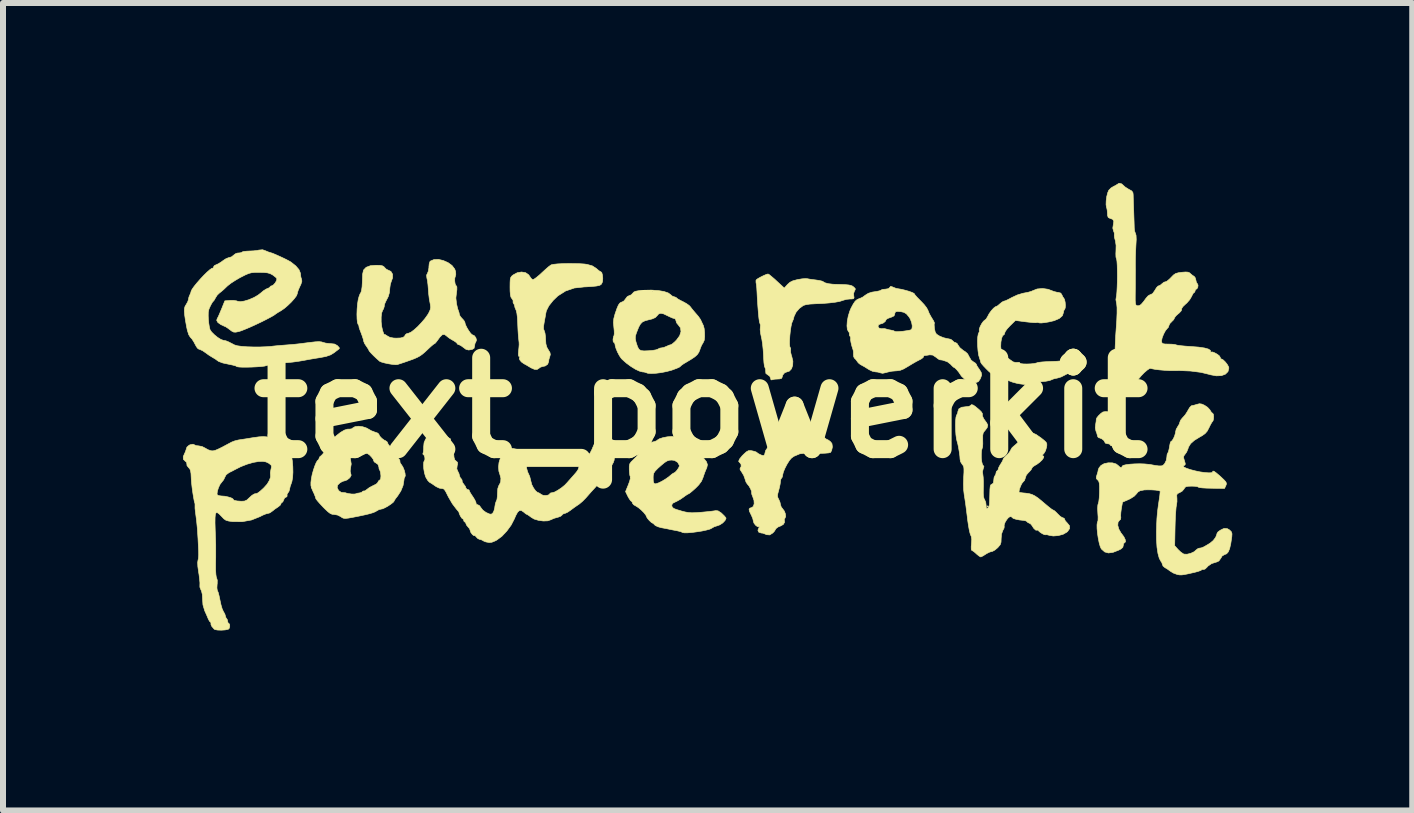
<source format=kicad_pcb>
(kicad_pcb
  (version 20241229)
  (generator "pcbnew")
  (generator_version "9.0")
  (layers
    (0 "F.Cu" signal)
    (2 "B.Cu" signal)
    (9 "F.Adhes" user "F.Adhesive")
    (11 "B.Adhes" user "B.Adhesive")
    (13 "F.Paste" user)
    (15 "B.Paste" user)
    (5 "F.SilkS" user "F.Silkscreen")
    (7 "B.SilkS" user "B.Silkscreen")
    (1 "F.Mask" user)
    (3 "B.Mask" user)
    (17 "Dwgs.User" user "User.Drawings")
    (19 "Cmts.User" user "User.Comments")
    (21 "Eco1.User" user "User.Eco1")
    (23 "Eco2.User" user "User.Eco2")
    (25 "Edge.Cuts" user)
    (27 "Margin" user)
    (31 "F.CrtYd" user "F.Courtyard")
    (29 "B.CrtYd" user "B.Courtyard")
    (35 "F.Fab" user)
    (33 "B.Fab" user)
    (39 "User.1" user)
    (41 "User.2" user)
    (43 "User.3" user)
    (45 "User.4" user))
  (footprint "text_powerkit"
    (layer "F.Cu")
    (at 8.636 3.748)
    (property "Reference" "text_powerkit" (at 0 0 0) (layer "F.SilkS") (effects (font (size 1.524 1.524) (thickness 0.3))))
    (attr through_hole)
    (fp_poly (pts (xy 4.79 1.642) (xy 4.781 1.651) (xy 4.772 1.642) (xy 4.781 1.633) (xy 4.79 1.642)) (stroke (width 0.01) (type solid)) (fill yes) (layer "F.SilkS"))
    (fp_poly (pts (xy 6.81 0.068) (xy 6.848 0.074) (xy 6.965 0.094) (xy 6.977 0.172) (xy 6.992 0.23) (xy 7.015 0.257) (xy 7.023 0.26) (xy 7.051 0.283) (xy 7.056 0.311) (xy 7.06 0.363) (xy 7.066 0.39) (xy 7.064 0.421) (xy 7.039 0.463) (xy 6.989 0.519) (xy 6.911 0.592) (xy 6.899 0.603) (xy 6.861 0.629) (xy 6.832 0.633) (xy 6.822 0.617) (xy 6.806 0.603) (xy 6.776 0.599) (xy 6.74 0.589) (xy 6.731 0.572) (xy 6.716 0.545) (xy 6.682 0.518) (xy 6.642 0.501) (xy 6.631 0.5) (xy 6.614 0.484) (xy 6.608 0.463) (xy 6.595 0.416) (xy 6.583 0.387) (xy 6.572 0.334) (xy 6.578 0.278) (xy 6.586 0.23) (xy 6.589 0.196) (xy 6.588 0.193) (xy 6.597 0.169) (xy 6.625 0.133) (xy 6.662 0.097) (xy 6.699 0.07) (xy 6.699 0.07) (xy 6.74 0.063) (xy 6.81 0.068)) (stroke (width 0.01) (type solid)) (fill yes) (layer "F.SilkS"))
    (fp_poly (pts (xy -2.111 -2.404) (xy -2.02 -2.402) (xy -1.944 -2.397) (xy -1.901 -2.391) (xy -1.812 -2.366) (xy -1.747 -2.324) (xy -1.742 -2.32) (xy -1.704 -2.287) (xy -1.675 -2.269) (xy -1.67 -2.268) (xy -1.654 -2.252) (xy -1.643 -2.212) (xy -1.638 -2.161) (xy -1.641 -2.111) (xy -1.646 -2.092) (xy -1.662 -2.06) (xy -1.688 -2.042) (xy -1.738 -2.031) (xy -1.752 -2.029) (xy -1.824 -2.022) (xy -1.907 -2.017) (xy -1.95 -2.015) (xy -2.113 -1.997) (xy -2.258 -1.947) (xy -2.386 -1.866) (xy -2.465 -1.79) (xy -2.537 -1.699) (xy -2.578 -1.618) (xy -2.587 -1.578) (xy -2.594 -1.536) (xy -2.605 -1.474) (xy -2.614 -1.426) (xy -2.625 -1.358) (xy -2.625 -1.313) (xy -2.613 -1.283) (xy -2.613 -1.282) (xy -2.601 -1.245) (xy -2.593 -1.186) (xy -2.591 -1.14) (xy -2.586 -1.065) (xy -2.57 -1.009) (xy -2.546 -0.967) (xy -2.518 -0.921) (xy -2.512 -0.887) (xy -2.52 -0.858) (xy -2.536 -0.806) (xy -2.54 -0.771) (xy -2.556 -0.727) (xy -2.598 -0.697) (xy -2.64 -0.689) (xy -2.677 -0.677) (xy -2.697 -0.662) (xy -2.733 -0.639) (xy -2.777 -0.641) (xy -2.836 -0.667) (xy -2.857 -0.68) (xy -2.907 -0.71) (xy -2.947 -0.732) (xy -2.957 -0.738) (xy -2.995 -0.765) (xy -3.021 -0.798) (xy -3.03 -0.827) (xy -3.024 -0.839) (xy -3.014 -0.85) (xy -3.027 -0.852) (xy -3.041 -0.862) (xy -3.045 -0.894) (xy -3.041 -0.948) (xy -3.035 -1.01) (xy -3.032 -1.052) (xy -3.033 -1.088) (xy -3.038 -1.134) (xy -3.041 -1.161) (xy -3.046 -1.217) (xy -3.051 -1.295) (xy -3.055 -1.382) (xy -3.056 -1.416) (xy -3.061 -1.505) (xy -3.07 -1.578) (xy -3.082 -1.626) (xy -3.086 -1.634) (xy -3.102 -1.672) (xy -3.106 -1.694) (xy -3.112 -1.719) (xy -3.123 -1.735) (xy -3.135 -1.762) (xy -3.132 -1.772) (xy -3.134 -1.793) (xy -3.152 -1.819) (xy -3.169 -1.845) (xy -3.178 -1.885) (xy -3.183 -1.946) (xy -3.184 -2.014) (xy -3.183 -2.091) (xy -3.18 -2.141) (xy -3.172 -2.172) (xy -3.156 -2.195) (xy -3.13 -2.216) (xy -3.063 -2.252) (xy -2.992 -2.264) (xy -2.925 -2.253) (xy -2.874 -2.218) (xy -2.858 -2.195) (xy -2.832 -2.157) (xy -2.807 -2.136) (xy -2.784 -2.144) (xy -2.743 -2.173) (xy -2.689 -2.218) (xy -2.657 -2.248) (xy -2.598 -2.302) (xy -2.546 -2.348) (xy -2.507 -2.377) (xy -2.495 -2.384) (xy -2.456 -2.392) (xy -2.39 -2.399) (xy -2.305 -2.403) (xy -2.209 -2.405) (xy -2.111 -2.404)) (stroke (width 0.01) (type solid)) (fill yes) (layer "F.SilkS"))
    (fp_poly (pts (xy 1.137 -2.22) (xy 1.176 -2.188) (xy 1.229 -2.143) (xy 1.261 -2.113) (xy 1.388 -1.996) (xy 1.442 -2.056) (xy 1.482 -2.092) (xy 1.529 -2.116) (xy 1.595 -2.134) (xy 1.618 -2.139) (xy 1.684 -2.15) (xy 1.74 -2.154) (xy 1.772 -2.152) (xy 1.808 -2.145) (xy 1.865 -2.137) (xy 1.914 -2.131) (xy 1.973 -2.122) (xy 2.016 -2.112) (xy 2.032 -2.105) (xy 2.063 -2.085) (xy 2.122 -2.069) (xy 2.198 -2.06) (xy 2.223 -2.059) (xy 2.329 -2.056) (xy 2.406 -2.053) (xy 2.459 -2.048) (xy 2.494 -2.041) (xy 2.519 -2.032) (xy 2.539 -2.018) (xy 2.542 -2.016) (xy 2.57 -1.989) (xy 2.57 -1.967) (xy 2.56 -1.952) (xy 2.544 -1.908) (xy 2.546 -1.869) (xy 2.551 -1.834) (xy 2.541 -1.818) (xy 2.507 -1.814) (xy 2.484 -1.814) (xy 2.423 -1.808) (xy 2.368 -1.792) (xy 2.362 -1.79) (xy 2.313 -1.774) (xy 2.236 -1.76) (xy 2.136 -1.748) (xy 2.021 -1.739) (xy 1.898 -1.734) (xy 1.887 -1.733) (xy 1.813 -1.729) (xy 1.748 -1.719) (xy 1.706 -1.706) (xy 1.705 -1.706) (xy 1.639 -1.657) (xy 1.585 -1.594) (xy 1.553 -1.528) (xy 1.55 -1.519) (xy 1.538 -1.473) (xy 1.525 -1.443) (xy 1.524 -1.442) (xy 1.512 -1.41) (xy 1.5 -1.354) (xy 1.489 -1.282) (xy 1.481 -1.205) (xy 1.476 -1.129) (xy 1.475 -1.066) (xy 1.479 -1.022) (xy 1.485 -1.009) (xy 1.495 -0.985) (xy 1.493 -0.962) (xy 1.494 -0.923) (xy 1.507 -0.87) (xy 1.514 -0.85) (xy 1.531 -0.778) (xy 1.528 -0.708) (xy 1.508 -0.65) (xy 1.472 -0.611) (xy 1.433 -0.599) (xy 1.393 -0.583) (xy 1.362 -0.546) (xy 1.352 -0.51) (xy 1.342 -0.49) (xy 1.306 -0.481) (xy 1.279 -0.48) (xy 1.227 -0.477) (xy 1.189 -0.468) (xy 1.184 -0.466) (xy 1.166 -0.466) (xy 1.161 -0.489) (xy 1.145 -0.527) (xy 1.115 -0.548) (xy 1.081 -0.573) (xy 1.078 -0.606) (xy 1.076 -0.647) (xy 1.067 -0.667) (xy 1.057 -0.695) (xy 1.049 -0.75) (xy 1.044 -0.824) (xy 1.042 -0.872) (xy 1.036 -0.966) (xy 1.026 -1.064) (xy 1.013 -1.147) (xy 1.007 -1.172) (xy 0.993 -1.241) (xy 0.986 -1.301) (xy 0.988 -1.337) (xy 0.991 -1.38) (xy 0.983 -1.403) (xy 0.974 -1.431) (xy 0.965 -1.492) (xy 0.956 -1.582) (xy 0.947 -1.697) (xy 0.938 -1.835) (xy 0.933 -1.933) (xy 0.929 -2.001) (xy 0.923 -2.056) (xy 0.917 -2.087) (xy 0.917 -2.087) (xy 0.916 -2.122) (xy 0.921 -2.133) (xy 0.945 -2.152) (xy 0.989 -2.177) (xy 1.041 -2.203) (xy 1.088 -2.223) (xy 1.117 -2.231) (xy 1.137 -2.22)) (stroke (width 0.01) (type solid)) (fill yes) (layer "F.SilkS"))
    (fp_poly (pts (xy -0.715 -1.955) (xy -0.619 -1.939) (xy -0.548 -1.915) (xy -0.515 -1.892) (xy -0.479 -1.862) (xy -0.448 -1.851) (xy -0.416 -1.84) (xy -0.408 -1.831) (xy -0.386 -1.814) (xy -0.341 -1.789) (xy -0.3 -1.769) (xy -0.242 -1.737) (xy -0.195 -1.703) (xy -0.177 -1.683) (xy -0.148 -1.645) (xy -0.107 -1.596) (xy -0.087 -1.573) (xy -0.045 -1.524) (xy -0.012 -1.477) (xy -0.003 -1.46) (xy 0.022 -1.406) (xy 0.039 -1.371) (xy 0.052 -1.323) (xy 0.059 -1.256) (xy 0.06 -1.185) (xy 0.054 -1.128) (xy 0.052 -1.122) (xy 0.033 -1.081) (xy 0.024 -1.068) (xy 0.006 -1.035) (xy -0.014 -0.985) (xy -0.018 -0.971) (xy -0.037 -0.924) (xy -0.064 -0.885) (xy -0.106 -0.848) (xy -0.169 -0.806) (xy -0.231 -0.769) (xy -0.287 -0.736) (xy -0.327 -0.708) (xy -0.345 -0.691) (xy -0.345 -0.69) (xy -0.361 -0.678) (xy -0.403 -0.659) (xy -0.465 -0.636) (xy -0.489 -0.627) (xy -0.572 -0.605) (xy -0.662 -0.587) (xy -0.75 -0.576) (xy -0.829 -0.572) (xy -0.888 -0.576) (xy -0.913 -0.585) (xy -0.948 -0.596) (xy -0.975 -0.598) (xy -1.025 -0.611) (xy -1.092 -0.642) (xy -1.168 -0.689) (xy -1.243 -0.744) (xy -1.309 -0.802) (xy -1.33 -0.824) (xy -1.36 -0.868) (xy -1.392 -0.928) (xy -1.418 -0.991) (xy -1.432 -1.042) (xy -1.433 -1.055) (xy -1.442 -1.083) (xy -1.453 -1.089) (xy -1.464 -1.104) (xy -1.467 -1.139) (xy -1.464 -1.155) (xy -1.096 -1.155) (xy -1.086 -1.105) (xy -1.079 -1.081) (xy -1.057 -1.015) (xy -1.034 -0.974) (xy -1.002 -0.954) (xy -0.95 -0.948) (xy -0.876 -0.951) (xy -0.807 -0.957) (xy -0.752 -0.966) (xy -0.722 -0.977) (xy -0.72 -0.978) (xy -0.686 -0.995) (xy -0.663 -0.998) (xy -0.62 -1.006) (xy -0.574 -1.025) (xy -0.532 -1.044) (xy -0.502 -1.052) (xy -0.501 -1.052) (xy -0.479 -1.065) (xy -0.441 -1.097) (xy -0.409 -1.129) (xy -0.356 -1.201) (xy -0.334 -1.27) (xy -0.342 -1.333) (xy -0.377 -1.379) (xy -0.407 -1.416) (xy -0.417 -1.45) (xy -0.428 -1.48) (xy -0.444 -1.488) (xy -0.474 -1.496) (xy -0.522 -1.517) (xy -0.555 -1.533) (xy -0.624 -1.566) (xy -0.672 -1.576) (xy -0.707 -1.564) (xy -0.732 -1.535) (xy -0.763 -1.504) (xy -0.816 -1.481) (xy -0.873 -1.467) (xy -0.933 -1.451) (xy -0.976 -1.431) (xy -1.009 -1.398) (xy -1.038 -1.347) (xy -1.069 -1.269) (xy -1.076 -1.252) (xy -1.093 -1.198) (xy -1.096 -1.155) (xy -1.464 -1.155) (xy -1.461 -1.179) (xy -1.45 -1.206) (xy -1.446 -1.233) (xy -1.447 -1.283) (xy -1.453 -1.343) (xy -1.46 -1.422) (xy -1.454 -1.487) (xy -1.435 -1.559) (xy -1.432 -1.569) (xy -1.402 -1.655) (xy -1.378 -1.711) (xy -1.355 -1.744) (xy -1.331 -1.76) (xy -1.317 -1.763) (xy -1.283 -1.783) (xy -1.256 -1.819) (xy -1.229 -1.854) (xy -1.199 -1.869) (xy -1.164 -1.883) (xy -1.139 -1.909) (xy -1.121 -1.929) (xy -1.093 -1.942) (xy -1.052 -1.95) (xy -0.816 -1.95) (xy -0.807 -1.941) (xy -0.798 -1.95) (xy -0.807 -1.959) (xy -0.816 -1.95) (xy -1.052 -1.95) (xy -1.048 -1.951) (xy -0.976 -1.957) (xy -0.96 -1.959) (xy -0.831 -1.962) (xy -0.715 -1.955)) (stroke (width 0.01) (type solid)) (fill yes) (layer "F.SilkS"))
    (fp_poly (pts (xy 1.729 0.348) (xy 1.798 0.355) (xy 1.856 0.365) (xy 1.894 0.374) (xy 1.905 0.381) (xy 1.92 0.399) (xy 1.937 0.407) (xy 1.969 0.425) (xy 2.013 0.459) (xy 2.026 0.472) (xy 2.065 0.505) (xy 2.093 0.525) (xy 2.099 0.527) (xy 2.122 0.538) (xy 2.154 0.561) (xy 2.182 0.595) (xy 2.189 0.642) (xy 2.188 0.663) (xy 2.177 0.711) (xy 2.16 0.743) (xy 2.156 0.745) (xy 2.125 0.752) (xy 2.066 0.757) (xy 1.987 0.76) (xy 1.896 0.76) (xy 1.801 0.758) (xy 1.752 0.756) (xy 1.646 0.767) (xy 1.547 0.809) (xy 1.506 0.839) (xy 1.473 0.878) (xy 1.435 0.938) (xy 1.4 1.005) (xy 1.373 1.069) (xy 1.361 1.118) (xy 1.361 1.123) (xy 1.353 1.158) (xy 1.343 1.17) (xy 1.329 1.195) (xy 1.324 1.227) (xy 1.319 1.271) (xy 1.306 1.332) (xy 1.295 1.375) (xy 1.279 1.434) (xy 1.275 1.471) (xy 1.282 1.501) (xy 1.295 1.525) (xy 1.316 1.573) (xy 1.324 1.612) (xy 1.337 1.653) (xy 1.36 1.683) (xy 1.389 1.722) (xy 1.407 1.77) (xy 1.411 1.814) (xy 1.399 1.84) (xy 1.399 1.841) (xy 1.386 1.862) (xy 1.389 1.87) (xy 1.393 1.907) (xy 1.372 1.944) (xy 1.332 1.967) (xy 1.331 1.968) (xy 1.286 1.986) (xy 1.249 2.014) (xy 1.234 2.04) (xy 1.234 2.04) (xy 1.222 2.059) (xy 1.197 2.086) (xy 1.145 2.119) (xy 1.091 2.115) (xy 1.07 2.105) (xy 1.03 2.09) (xy 1.002 2.087) (xy 0.962 2.073) (xy 0.948 2.041) (xy 0.964 2.001) (xy 0.976 1.982) (xy 0.967 1.984) (xy 0.941 1.981) (xy 0.909 1.957) (xy 0.882 1.921) (xy 0.871 1.884) (xy 0.871 1.883) (xy 0.863 1.847) (xy 0.842 1.797) (xy 0.835 1.783) (xy 0.807 1.725) (xy 0.801 1.689) (xy 0.817 1.671) (xy 0.839 1.666) (xy 0.871 1.645) (xy 0.886 1.601) (xy 0.883 1.544) (xy 0.863 1.485) (xy 0.847 1.444) (xy 0.843 1.417) (xy 0.844 1.415) (xy 0.842 1.39) (xy 0.825 1.349) (xy 0.8 1.305) (xy 0.773 1.272) (xy 0.771 1.27) (xy 0.75 1.238) (xy 0.734 1.189) (xy 0.733 1.185) (xy 0.712 1.127) (xy 0.679 1.072) (xy 0.678 1.07) (xy 0.652 1.032) (xy 0.651 1.009) (xy 0.653 1.007) (xy 0.669 0.979) (xy 0.667 0.942) (xy 0.648 0.916) (xy 0.645 0.914) (xy 0.627 0.893) (xy 0.641 0.856) (xy 0.685 0.801) (xy 0.712 0.774) (xy 0.756 0.734) (xy 0.79 0.715) (xy 0.824 0.713) (xy 0.85 0.717) (xy 0.896 0.728) (xy 0.923 0.739) (xy 0.925 0.741) (xy 0.955 0.764) (xy 0.999 0.786) (xy 1.037 0.798) (xy 1.041 0.798) (xy 1.06 0.783) (xy 1.066 0.753) (xy 1.079 0.709) (xy 1.114 0.659) (xy 1.123 0.65) (xy 1.157 0.609) (xy 1.177 0.576) (xy 1.179 0.567) (xy 1.194 0.541) (xy 1.211 0.531) (xy 1.243 0.509) (xy 1.281 0.473) (xy 1.285 0.468) (xy 1.321 0.434) (xy 1.355 0.418) (xy 1.359 0.417) (xy 1.398 0.405) (xy 1.411 0.396) (xy 1.44 0.382) (xy 1.493 0.367) (xy 1.558 0.354) (xy 1.621 0.345) (xy 1.66 0.344) (xy 1.729 0.348)) (stroke (width 0.01) (type solid)) (fill yes) (layer "F.SilkS"))
    (fp_poly (pts (xy 5.785 -1.976) (xy 5.824 -1.961) (xy 5.883 -1.939) (xy 5.937 -1.925) (xy 5.954 -1.924) (xy 5.997 -1.912) (xy 6.016 -1.882) (xy 6.033 -1.846) (xy 6.046 -1.83) (xy 6.06 -1.805) (xy 6.07 -1.759) (xy 6.074 -1.707) (xy 6.071 -1.664) (xy 6.062 -1.643) (xy 6.046 -1.617) (xy 6.042 -1.59) (xy 6.024 -1.535) (xy 5.972 -1.489) (xy 5.885 -1.452) (xy 5.8 -1.432) (xy 5.729 -1.42) (xy 5.671 -1.414) (xy 5.636 -1.416) (xy 5.632 -1.418) (xy 5.607 -1.425) (xy 5.601 -1.422) (xy 5.579 -1.419) (xy 5.53 -1.421) (xy 5.461 -1.428) (xy 5.415 -1.433) (xy 5.241 -1.456) (xy 5.151 -1.368) (xy 5.106 -1.32) (xy 5.074 -1.276) (xy 5.062 -1.248) (xy 5.054 -1.221) (xy 5.045 -1.216) (xy 5.026 -1.199) (xy 5.01 -1.156) (xy 4.999 -1.095) (xy 4.996 -1.026) (xy 4.998 -1.001) (xy 5.011 -0.919) (xy 5.035 -0.869) (xy 5.069 -0.853) (xy 5.095 -0.842) (xy 5.135 -0.814) (xy 5.153 -0.8) (xy 5.204 -0.765) (xy 5.248 -0.755) (xy 5.266 -0.757) (xy 5.305 -0.758) (xy 5.316 -0.745) (xy 5.332 -0.736) (xy 5.374 -0.731) (xy 5.432 -0.73) (xy 5.494 -0.732) (xy 5.552 -0.738) (xy 5.593 -0.747) (xy 5.604 -0.752) (xy 5.631 -0.758) (xy 5.685 -0.764) (xy 5.76 -0.769) (xy 5.835 -0.772) (xy 5.935 -0.776) (xy 6.008 -0.783) (xy 6.063 -0.794) (xy 6.11 -0.81) (xy 6.127 -0.818) (xy 6.194 -0.842) (xy 6.249 -0.845) (xy 6.287 -0.829) (xy 6.301 -0.795) (xy 6.3 -0.788) (xy 6.289 -0.703) (xy 6.277 -0.648) (xy 6.259 -0.614) (xy 6.232 -0.597) (xy 6.19 -0.588) (xy 6.172 -0.586) (xy 6.111 -0.57) (xy 6.057 -0.542) (xy 6.002 -0.514) (xy 5.941 -0.496) (xy 5.937 -0.495) (xy 5.888 -0.485) (xy 5.854 -0.473) (xy 5.851 -0.471) (xy 5.812 -0.455) (xy 5.744 -0.442) (xy 5.656 -0.433) (xy 5.642 -0.432) (xy 5.587 -0.424) (xy 5.546 -0.41) (xy 5.537 -0.404) (xy 5.494 -0.387) (xy 5.42 -0.385) (xy 5.315 -0.399) (xy 5.262 -0.409) (xy 5.192 -0.428) (xy 5.13 -0.452) (xy 5.095 -0.471) (xy 5.051 -0.497) (xy 5.014 -0.508) (xy 5.013 -0.508) (xy 4.974 -0.516) (xy 4.928 -0.535) (xy 4.887 -0.554) (xy 4.858 -0.562) (xy 4.858 -0.562) (xy 4.836 -0.575) (xy 4.799 -0.606) (xy 4.755 -0.649) (xy 4.712 -0.694) (xy 4.678 -0.733) (xy 4.663 -0.758) (xy 4.663 -0.76) (xy 4.656 -0.788) (xy 4.642 -0.829) (xy 4.627 -0.881) (xy 4.617 -0.953) (xy 4.611 -1.034) (xy 4.609 -1.114) (xy 4.613 -1.183) (xy 4.622 -1.232) (xy 4.629 -1.246) (xy 4.64 -1.274) (xy 4.638 -1.285) (xy 4.638 -1.312) (xy 4.654 -1.356) (xy 4.679 -1.403) (xy 4.707 -1.442) (xy 4.726 -1.458) (xy 4.754 -1.482) (xy 4.777 -1.52) (xy 4.803 -1.569) (xy 4.839 -1.619) (xy 4.877 -1.661) (xy 4.908 -1.685) (xy 4.916 -1.687) (xy 4.942 -1.699) (xy 4.977 -1.728) (xy 4.982 -1.733) (xy 5.019 -1.763) (xy 5.049 -1.778) (xy 5.052 -1.778) (xy 5.079 -1.786) (xy 5.127 -1.809) (xy 5.185 -1.84) (xy 5.273 -1.881) (xy 5.361 -1.908) (xy 5.391 -1.914) (xy 5.454 -1.926) (xy 5.508 -1.942) (xy 5.527 -1.951) (xy 5.603 -1.981) (xy 5.694 -1.989) (xy 5.785 -1.976)) (stroke (width 0.01) (type solid)) (fill yes) (layer "F.SilkS"))
    (fp_poly (pts (xy -0.432 0.481) (xy -0.387 0.495) (xy -0.326 0.52) (xy -0.261 0.552) (xy -0.2 0.585) (xy -0.153 0.615) (xy -0.13 0.637) (xy -0.13 0.638) (xy -0.109 0.652) (xy -0.102 0.653) (xy -0.081 0.668) (xy -0.054 0.704) (xy -0.047 0.716) (xy -0.013 0.768) (xy 0.031 0.826) (xy 0.048 0.845) (xy 0.091 0.9) (xy 0.107 0.948) (xy 0.096 0.999) (xy 0.083 1.028) (xy 0.062 1.079) (xy 0.04 1.142) (xy 0.034 1.161) (xy 0.008 1.223) (xy -0.038 1.285) (xy -0.09 1.338) (xy -0.14 1.383) (xy -0.181 1.417) (xy -0.204 1.433) (xy -0.206 1.433) (xy -0.228 1.444) (xy -0.267 1.47) (xy -0.288 1.486) (xy -0.346 1.526) (xy -0.409 1.561) (xy -0.423 1.567) (xy -0.469 1.59) (xy -0.486 1.615) (xy -0.487 1.636) (xy -0.478 1.658) (xy -0.456 1.677) (xy -0.412 1.695) (xy -0.34 1.716) (xy -0.336 1.718) (xy -0.267 1.736) (xy -0.21 1.746) (xy -0.153 1.75) (xy -0.085 1.748) (xy 0.008 1.741) (xy 0.009 1.741) (xy 0.094 1.733) (xy 0.168 1.725) (xy 0.222 1.718) (xy 0.245 1.714) (xy 0.284 1.718) (xy 0.335 1.751) (xy 0.349 1.764) (xy 0.388 1.802) (xy 0.413 1.832) (xy 0.417 1.842) (xy 0.4 1.879) (xy 0.362 1.919) (xy 0.313 1.951) (xy 0.273 1.966) (xy 0.221 1.982) (xy 0.181 2.005) (xy 0.18 2.006) (xy 0.148 2.022) (xy 0.09 2.038) (xy 0.016 2.054) (xy -0.067 2.067) (xy -0.15 2.078) (xy -0.224 2.084) (xy -0.28 2.084) (xy -0.311 2.078) (xy -0.313 2.076) (xy -0.337 2.065) (xy -0.385 2.053) (xy -0.413 2.047) (xy -0.472 2.036) (xy -0.522 2.026) (xy -0.535 2.023) (xy -0.574 2.015) (xy -0.632 2.004) (xy -0.661 1.999) (xy -0.717 1.983) (xy -0.76 1.963) (xy -0.772 1.953) (xy -0.796 1.928) (xy -0.807 1.923) (xy -0.828 1.911) (xy -0.86 1.881) (xy -0.889 1.848) (xy -0.906 1.821) (xy -0.907 1.817) (xy -0.92 1.789) (xy -0.953 1.747) (xy -0.997 1.703) (xy -1.044 1.664) (xy -1.083 1.639) (xy -1.123 1.616) (xy -1.143 1.591) (xy -1.143 1.587) (xy -1.152 1.563) (xy -1.16 1.56) (xy -1.177 1.545) (xy -1.202 1.507) (xy -1.218 1.479) (xy -1.258 1.397) (xy -1.212 1.284) (xy -1.19 1.224) (xy -1.178 1.177) (xy -1.178 1.164) (xy -0.798 1.164) (xy -0.796 1.226) (xy -0.784 1.26) (xy -0.757 1.268) (xy -0.709 1.252) (xy -0.657 1.227) (xy -0.596 1.191) (xy -0.54 1.152) (xy -0.521 1.136) (xy -0.484 1.105) (xy -0.459 1.089) (xy -0.456 1.089) (xy -0.431 1.074) (xy -0.4 1.041) (xy -0.373 1.001) (xy -0.36 0.968) (xy -0.36 0.962) (xy -0.389 0.909) (xy -0.442 0.877) (xy -0.489 0.871) (xy -0.53 0.874) (xy -0.568 0.887) (xy -0.61 0.914) (xy -0.665 0.96) (xy -0.719 1.008) (xy -0.764 1.054) (xy -0.788 1.09) (xy -0.797 1.13) (xy -0.798 1.164) (xy -1.178 1.164) (xy -1.178 1.152) (xy -1.187 1.125) (xy -1.193 1.074) (xy -1.196 1.033) (xy -1.196 0.973) (xy -1.188 0.934) (xy -1.165 0.901) (xy -1.131 0.868) (xy -1.068 0.805) (xy -1.027 0.75) (xy -0.999 0.695) (xy -0.973 0.666) (xy -0.926 0.631) (xy -0.869 0.597) (xy -0.814 0.572) (xy -0.774 0.562) (xy -0.741 0.55) (xy -0.728 0.538) (xy -0.694 0.517) (xy -0.635 0.498) (xy -0.564 0.484) (xy -0.492 0.478) (xy -0.432 0.481)) (stroke (width 0.01) (type solid)) (fill yes) (layer "F.SilkS"))
    (fp_poly (pts (xy -5.639 0.316) (xy -5.574 0.338) (xy -5.551 0.351) (xy -5.495 0.383) (xy -5.438 0.405) (xy -5.429 0.407) (xy -5.389 0.422) (xy -5.37 0.441) (xy -5.37 0.443) (xy -5.356 0.472) (xy -5.323 0.508) (xy -5.281 0.539) (xy -5.257 0.55) (xy -5.23 0.571) (xy -5.225 0.586) (xy -5.213 0.611) (xy -5.18 0.65) (xy -5.153 0.676) (xy -5.112 0.719) (xy -5.085 0.758) (xy -5.08 0.776) (xy -5.067 0.814) (xy -5.044 0.843) (xy -5.021 0.873) (xy -5.019 0.893) (xy -5.016 0.917) (xy -4.994 0.949) (xy -4.969 0.988) (xy -4.948 1.039) (xy -4.934 1.092) (xy -4.93 1.134) (xy -4.937 1.153) (xy -4.949 1.177) (xy -4.953 1.212) (xy -4.967 1.296) (xy -5.004 1.387) (xy -5.057 1.469) (xy -5.06 1.473) (xy -5.093 1.515) (xy -5.113 1.546) (xy -5.116 1.555) (xy -5.131 1.575) (xy -5.168 1.604) (xy -5.217 1.637) (xy -5.267 1.665) (xy -5.309 1.684) (xy -5.326 1.687) (xy -5.368 1.697) (xy -5.404 1.717) (xy -5.433 1.734) (xy -5.471 1.749) (xy -5.523 1.765) (xy -5.597 1.783) (xy -5.7 1.805) (xy -5.715 1.808) (xy -5.812 1.827) (xy -5.88 1.839) (xy -5.927 1.844) (xy -5.959 1.841) (xy -5.983 1.831) (xy -6.005 1.815) (xy -6.059 1.788) (xy -6.115 1.778) (xy -6.149 1.775) (xy -6.182 1.761) (xy -6.22 1.732) (xy -6.272 1.683) (xy -6.301 1.654) (xy -6.353 1.598) (xy -6.395 1.55) (xy -6.419 1.518) (xy -6.423 1.508) (xy -6.43 1.482) (xy -6.449 1.434) (xy -6.468 1.394) (xy -6.492 1.339) (xy -6.495 1.327) (xy -6.065 1.327) (xy -6.064 1.335) (xy -6.041 1.38) (xy -5.999 1.409) (xy -5.964 1.413) (xy -5.928 1.416) (xy -5.915 1.421) (xy -5.877 1.43) (xy -5.827 1.437) (xy -5.781 1.438) (xy -5.753 1.434) (xy -5.751 1.432) (xy -5.728 1.424) (xy -5.697 1.42) (xy -5.66 1.411) (xy -5.646 1.398) (xy -5.629 1.386) (xy -5.623 1.388) (xy -5.601 1.384) (xy -5.57 1.361) (xy -5.529 1.33) (xy -5.474 1.301) (xy -5.461 1.295) (xy -5.416 1.272) (xy -5.391 1.25) (xy -5.388 1.243) (xy -5.374 1.217) (xy -5.36 1.209) (xy -5.341 1.187) (xy -5.336 1.14) (xy -5.337 1.124) (xy -5.343 1.075) (xy -5.352 1.045) (xy -5.356 1.041) (xy -5.367 1.018) (xy -5.37 0.987) (xy -5.386 0.943) (xy -5.416 0.922) (xy -5.448 0.901) (xy -5.457 0.881) (xy -5.466 0.856) (xy -5.493 0.82) (xy -5.527 0.785) (xy -5.558 0.764) (xy -5.566 0.762) (xy -5.593 0.75) (xy -5.614 0.734) (xy -5.647 0.711) (xy -5.687 0.698) (xy -5.72 0.696) (xy -5.733 0.708) (xy -5.744 0.719) (xy -5.751 0.717) (xy -5.768 0.718) (xy -5.769 0.725) (xy -5.784 0.742) (xy -5.794 0.744) (xy -5.834 0.758) (xy -5.851 0.797) (xy -5.844 0.855) (xy -5.843 0.86) (xy -5.831 0.937) (xy -5.84 0.99) (xy -5.849 1.056) (xy -5.84 1.093) (xy -5.832 1.124) (xy -5.849 1.157) (xy -5.862 1.172) (xy -5.9 1.202) (xy -5.936 1.216) (xy -5.937 1.216) (xy -5.974 1.226) (xy -6.019 1.251) (xy -6.021 1.253) (xy -6.058 1.289) (xy -6.065 1.327) (xy -6.495 1.327) (xy -6.503 1.294) (xy -6.503 1.243) (xy -6.496 1.185) (xy -6.483 1.116) (xy -6.463 1.043) (xy -6.44 0.974) (xy -6.416 0.916) (xy -6.395 0.88) (xy -6.383 0.871) (xy -6.37 0.856) (xy -6.368 0.844) (xy -6.354 0.815) (xy -6.333 0.799) (xy -6.307 0.773) (xy -6.275 0.725) (xy -6.25 0.676) (xy -6.207 0.604) (xy -6.149 0.532) (xy -6.081 0.466) (xy -6.011 0.411) (xy -5.945 0.372) (xy -5.889 0.355) (xy -5.866 0.356) (xy -5.825 0.351) (xy -5.807 0.337) (xy -5.767 0.314) (xy -5.707 0.307) (xy -5.639 0.316)) (stroke (width 0.01) (type solid)) (fill yes) (layer "F.SilkS"))
    (fp_poly (pts (xy -4.296 -2.455) (xy -4.217 -2.42) (xy -4.151 -2.372) (xy -4.106 -2.313) (xy -4.092 -2.274) (xy -4.088 -2.225) (xy -4.095 -2.192) (xy -4.097 -2.189) (xy -4.105 -2.16) (xy -4.106 -2.116) (xy -4.1 -2.071) (xy -4.088 -2.039) (xy -4.078 -2.032) (xy -4.07 -2.015) (xy -4.07 -1.968) (xy -4.074 -1.937) (xy -4.081 -1.88) (xy -4.086 -1.837) (xy -4.086 -1.823) (xy -4.075 -1.731) (xy -4.057 -1.652) (xy -4.048 -1.627) (xy -4.033 -1.583) (xy -4.028 -1.553) (xy -4.015 -1.526) (xy -3.986 -1.491) (xy -3.982 -1.488) (xy -3.952 -1.454) (xy -3.937 -1.427) (xy -3.937 -1.426) (xy -3.929 -1.391) (xy -3.906 -1.342) (xy -3.876 -1.291) (xy -3.844 -1.246) (xy -3.818 -1.219) (xy -3.809 -1.216) (xy -3.778 -1.201) (xy -3.753 -1.167) (xy -3.743 -1.129) (xy -3.752 -1.103) (xy -3.769 -1.069) (xy -3.774 -1.033) (xy -3.784 -0.991) (xy -3.815 -0.973) (xy -3.873 -0.963) (xy -3.918 -0.974) (xy -3.962 -1.007) (xy -4.003 -1.037) (xy -4.035 -1.052) (xy -4.04 -1.052) (xy -4.062 -1.063) (xy -4.064 -1.07) (xy -4.079 -1.088) (xy -4.116 -1.114) (xy -4.136 -1.125) (xy -4.189 -1.156) (xy -4.234 -1.19) (xy -4.242 -1.198) (xy -4.277 -1.223) (xy -4.313 -1.218) (xy -4.352 -1.18) (xy -4.38 -1.142) (xy -4.411 -1.1) (xy -4.434 -1.074) (xy -4.441 -1.07) (xy -4.46 -1.059) (xy -4.497 -1.028) (xy -4.545 -0.984) (xy -4.554 -0.975) (xy -4.601 -0.931) (xy -4.642 -0.896) (xy -4.682 -0.867) (xy -4.727 -0.842) (xy -4.783 -0.817) (xy -4.857 -0.79) (xy -4.954 -0.756) (xy -5.062 -0.721) (xy -5.093 -0.719) (xy -5.147 -0.724) (xy -5.21 -0.734) (xy -5.276 -0.748) (xy -5.328 -0.763) (xy -5.356 -0.775) (xy -5.407 -0.82) (xy -5.458 -0.868) (xy -5.5 -0.911) (xy -5.527 -0.942) (xy -5.534 -0.953) (xy -5.544 -0.975) (xy -5.569 -1.013) (xy -5.579 -1.027) (xy -5.608 -1.071) (xy -5.623 -1.108) (xy -5.624 -1.115) (xy -5.631 -1.146) (xy -5.648 -1.198) (xy -5.668 -1.252) (xy -5.689 -1.307) (xy -5.702 -1.347) (xy -5.702 -1.361) (xy -5.704 -1.372) (xy -5.716 -1.389) (xy -5.728 -1.423) (xy -5.734 -1.483) (xy -5.736 -1.56) (xy -5.733 -1.645) (xy -5.726 -1.729) (xy -5.715 -1.801) (xy -5.702 -1.851) (xy -5.691 -1.88) (xy -5.689 -1.887) (xy -5.679 -1.908) (xy -5.669 -1.923) (xy -5.659 -1.956) (xy -5.65 -2.019) (xy -5.645 -2.114) (xy -5.641 -2.229) (xy -5.626 -2.296) (xy -5.582 -2.342) (xy -5.51 -2.369) (xy -5.422 -2.376) (xy -5.354 -2.375) (xy -5.312 -2.367) (xy -5.286 -2.352) (xy -5.277 -2.341) (xy -5.247 -2.311) (xy -5.226 -2.3) (xy -5.17 -2.274) (xy -5.142 -2.227) (xy -5.142 -2.165) (xy -5.162 -2.111) (xy -5.179 -2.059) (xy -5.188 -1.995) (xy -5.189 -1.98) (xy -5.196 -1.915) (xy -5.214 -1.855) (xy -5.219 -1.844) (xy -5.251 -1.782) (xy -5.269 -1.743) (xy -5.278 -1.717) (xy -5.28 -1.696) (xy -5.28 -1.692) (xy -5.291 -1.653) (xy -5.307 -1.625) (xy -5.324 -1.581) (xy -5.332 -1.513) (xy -5.332 -1.432) (xy -5.322 -1.35) (xy -5.308 -1.288) (xy -5.293 -1.244) (xy -5.283 -1.221) (xy -5.281 -1.221) (xy -5.268 -1.222) (xy -5.238 -1.203) (xy -5.232 -1.199) (xy -5.186 -1.174) (xy -5.126 -1.163) (xy -5.082 -1.161) (xy -5.009 -1.164) (xy -4.965 -1.175) (xy -4.94 -1.195) (xy -4.932 -1.214) (xy -4.91 -1.234) (xy -4.873 -1.244) (xy -4.834 -1.261) (xy -4.781 -1.301) (xy -4.72 -1.356) (xy -4.658 -1.422) (xy -4.6 -1.49) (xy -4.554 -1.555) (xy -4.539 -1.581) (xy -4.515 -1.633) (xy -4.507 -1.675) (xy -4.513 -1.725) (xy -4.518 -1.751) (xy -4.53 -1.816) (xy -4.54 -1.9) (xy -4.546 -1.98) (xy -4.552 -2.053) (xy -4.56 -2.118) (xy -4.569 -2.16) (xy -4.57 -2.162) (xy -4.575 -2.212) (xy -4.561 -2.24) (xy -4.545 -2.28) (xy -4.536 -2.336) (xy -4.536 -2.351) (xy -4.531 -2.402) (xy -4.518 -2.439) (xy -4.513 -2.445) (xy -4.452 -2.471) (xy -4.377 -2.474) (xy -4.296 -2.455)) (stroke (width 0.01) (type solid)) (fill yes) (layer "F.SilkS"))
    (fp_poly (pts (xy 3.186 -2.018) (xy 3.197 -2.012) (xy 3.249 -1.992) (xy 3.284 -1.985) (xy 3.337 -1.976) (xy 3.4 -1.961) (xy 3.463 -1.943) (xy 3.516 -1.924) (xy 3.549 -1.908) (xy 3.556 -1.9) (xy 3.568 -1.881) (xy 3.601 -1.843) (xy 3.648 -1.795) (xy 3.664 -1.779) (xy 3.718 -1.722) (xy 3.76 -1.668) (xy 3.783 -1.626) (xy 3.784 -1.622) (xy 3.803 -1.575) (xy 3.834 -1.518) (xy 3.848 -1.495) (xy 3.876 -1.45) (xy 3.89 -1.418) (xy 3.89 -1.41) (xy 3.886 -1.388) (xy 3.889 -1.343) (xy 3.892 -1.316) (xy 3.904 -1.262) (xy 3.925 -1.228) (xy 3.967 -1.201) (xy 3.98 -1.194) (xy 4.041 -1.169) (xy 4.101 -1.154) (xy 4.116 -1.152) (xy 4.165 -1.141) (xy 4.194 -1.118) (xy 4.221 -1.093) (xy 4.238 -1.089) (xy 4.267 -1.074) (xy 4.276 -1.058) (xy 4.312 -1.005) (xy 4.373 -0.954) (xy 4.401 -0.938) (xy 4.444 -0.9) (xy 4.47 -0.851) (xy 4.503 -0.794) (xy 4.54 -0.766) (xy 4.576 -0.743) (xy 4.59 -0.724) (xy 4.6 -0.699) (xy 4.626 -0.659) (xy 4.636 -0.646) (xy 4.67 -0.591) (xy 4.678 -0.546) (xy 4.66 -0.494) (xy 4.649 -0.473) (xy 4.623 -0.437) (xy 4.59 -0.422) (xy 4.54 -0.424) (xy 4.49 -0.434) (xy 4.402 -0.47) (xy 4.34 -0.529) (xy 4.331 -0.543) (xy 4.298 -0.592) (xy 4.262 -0.636) (xy 4.232 -0.665) (xy 4.219 -0.671) (xy 4.201 -0.684) (xy 4.17 -0.715) (xy 4.163 -0.724) (xy 4.106 -0.768) (xy 4.025 -0.795) (xy 3.978 -0.801) (xy 3.956 -0.813) (xy 3.92 -0.84) (xy 3.911 -0.847) (xy 3.862 -0.879) (xy 3.816 -0.883) (xy 3.804 -0.882) (xy 3.757 -0.874) (xy 3.725 -0.871) (xy 3.708 -0.862) (xy 3.71 -0.854) (xy 3.701 -0.837) (xy 3.668 -0.813) (xy 3.643 -0.8) (xy 3.587 -0.771) (xy 3.516 -0.73) (xy 3.45 -0.69) (xy 3.378 -0.648) (xy 3.321 -0.625) (xy 3.266 -0.617) (xy 3.25 -0.616) (xy 3.18 -0.61) (xy 3.109 -0.595) (xy 3.095 -0.59) (xy 3.028 -0.575) (xy 2.992 -0.582) (xy 2.949 -0.595) (xy 2.909 -0.599) (xy 2.858 -0.609) (xy 2.805 -0.634) (xy 2.803 -0.635) (xy 2.725 -0.684) (xy 2.661 -0.719) (xy 2.655 -0.722) (xy 2.621 -0.75) (xy 2.605 -0.772) (xy 2.578 -0.808) (xy 2.561 -0.823) (xy 2.545 -0.85) (xy 2.541 -0.886) (xy 2.541 -0.933) (xy 2.536 -0.962) (xy 2.515 -1.027) (xy 2.5 -1.089) (xy 2.492 -1.137) (xy 2.494 -1.16) (xy 2.491 -1.183) (xy 2.485 -1.189) (xy 2.472 -1.214) (xy 2.474 -1.225) (xy 2.47 -1.256) (xy 2.458 -1.27) (xy 2.439 -1.307) (xy 2.434 -1.357) (xy 2.95 -1.357) (xy 2.967 -1.33) (xy 2.972 -1.327) (xy 3.009 -1.318) (xy 3.026 -1.32) (xy 3.062 -1.32) (xy 3.08 -1.315) (xy 3.121 -1.303) (xy 3.165 -1.295) (xy 3.209 -1.285) (xy 3.233 -1.273) (xy 3.256 -1.269) (xy 3.304 -1.271) (xy 3.365 -1.276) (xy 3.429 -1.285) (xy 3.484 -1.295) (xy 3.497 -1.299) (xy 3.517 -1.321) (xy 3.521 -1.366) (xy 3.511 -1.422) (xy 3.488 -1.482) (xy 3.465 -1.518) (xy 3.424 -1.566) (xy 3.383 -1.591) (xy 3.335 -1.602) (xy 3.275 -1.607) (xy 3.243 -1.6) (xy 3.231 -1.578) (xy 3.229 -1.56) (xy 3.217 -1.532) (xy 3.176 -1.512) (xy 3.157 -1.506) (xy 3.112 -1.489) (xy 3.086 -1.472) (xy 3.084 -1.466) (xy 3.069 -1.438) (xy 3.034 -1.411) (xy 2.995 -1.398) (xy 2.991 -1.398) (xy 2.96 -1.384) (xy 2.95 -1.357) (xy 2.434 -1.357) (xy 2.433 -1.367) (xy 2.438 -1.444) (xy 2.454 -1.528) (xy 2.479 -1.61) (xy 2.501 -1.662) (xy 2.539 -1.732) (xy 2.569 -1.776) (xy 2.599 -1.802) (xy 2.635 -1.819) (xy 2.649 -1.823) (xy 2.695 -1.845) (xy 2.74 -1.878) (xy 2.788 -1.908) (xy 2.849 -1.928) (xy 2.857 -1.929) (xy 2.928 -1.94) (xy 2.971 -1.949) (xy 2.995 -1.957) (xy 3.005 -1.965) (xy 3.031 -1.974) (xy 3.075 -1.978) (xy 3.076 -1.978) (xy 3.124 -1.986) (xy 3.146 -2.006) (xy 3.159 -2.024) (xy 3.186 -2.018)) (stroke (width 0.01) (type solid)) (fill yes) (layer "F.SilkS"))
    (fp_poly (pts (xy 7.012 -3.733) (xy 7.034 -3.713) (xy 7.072 -3.679) (xy 7.124 -3.646) (xy 7.135 -3.64) (xy 7.18 -3.615) (xy 7.2 -3.586) (xy 7.204 -3.55) (xy 7.205 -3.509) (xy 7.207 -3.442) (xy 7.21 -3.358) (xy 7.213 -3.275) (xy 7.216 -3.183) (xy 7.219 -3.098) (xy 7.221 -3.031) (xy 7.222 -2.994) (xy 7.228 -2.945) (xy 7.241 -2.909) (xy 7.242 -2.908) (xy 7.252 -2.874) (xy 7.255 -2.806) (xy 7.25 -2.717) (xy 7.245 -2.615) (xy 7.241 -2.5) (xy 7.24 -2.393) (xy 7.24 -2.377) (xy 7.241 -2.289) (xy 7.24 -2.179) (xy 7.24 -2.062) (xy 7.239 -1.957) (xy 7.238 -1.858) (xy 7.238 -1.79) (xy 7.241 -1.746) (xy 7.247 -1.72) (xy 7.257 -1.707) (xy 7.272 -1.701) (xy 7.272 -1.701) (xy 7.303 -1.702) (xy 7.336 -1.723) (xy 7.376 -1.769) (xy 7.419 -1.828) (xy 7.453 -1.866) (xy 7.487 -1.886) (xy 7.494 -1.887) (xy 7.528 -1.904) (xy 7.563 -1.954) (xy 7.566 -1.959) (xy 7.593 -2.003) (xy 7.618 -2.029) (xy 7.627 -2.032) (xy 7.656 -2.044) (xy 7.684 -2.068) (xy 7.717 -2.094) (xy 7.741 -2.1) (xy 7.766 -2.11) (xy 7.804 -2.141) (xy 7.834 -2.171) (xy 7.876 -2.214) (xy 7.913 -2.239) (xy 7.961 -2.252) (xy 8.013 -2.259) (xy 8.078 -2.264) (xy 8.118 -2.261) (xy 8.146 -2.249) (xy 8.16 -2.235) (xy 8.195 -2.206) (xy 8.219 -2.192) (xy 8.237 -2.17) (xy 8.248 -2.133) (xy 8.258 -2.09) (xy 8.274 -2.068) (xy 8.285 -2.044) (xy 8.281 -2.009) (xy 8.265 -1.982) (xy 8.254 -1.978) (xy 8.239 -1.963) (xy 8.237 -1.95) (xy 8.228 -1.926) (xy 8.221 -1.923) (xy 8.204 -1.908) (xy 8.184 -1.87) (xy 8.177 -1.855) (xy 8.146 -1.802) (xy 8.099 -1.748) (xy 8.076 -1.728) (xy 8.033 -1.687) (xy 8.012 -1.654) (xy 8.012 -1.643) (xy 8.005 -1.617) (xy 7.972 -1.581) (xy 7.957 -1.569) (xy 7.918 -1.534) (xy 7.895 -1.504) (xy 7.892 -1.496) (xy 7.879 -1.469) (xy 7.847 -1.437) (xy 7.847 -1.437) (xy 7.815 -1.404) (xy 7.801 -1.374) (xy 7.801 -1.374) (xy 7.789 -1.34) (xy 7.774 -1.325) (xy 7.742 -1.286) (xy 7.711 -1.228) (xy 7.687 -1.167) (xy 7.677 -1.117) (xy 7.677 -1.106) (xy 7.684 -1.082) (xy 7.7 -1.069) (xy 7.736 -1.063) (xy 7.792 -1.062) (xy 7.854 -1.06) (xy 7.902 -1.054) (xy 7.922 -1.048) (xy 7.947 -1.042) (xy 8.001 -1.035) (xy 8.075 -1.028) (xy 8.158 -1.022) (xy 8.292 -1.012) (xy 8.393 -0.997) (xy 8.46 -0.978) (xy 8.492 -0.956) (xy 8.494 -0.941) (xy 8.495 -0.926) (xy 8.501 -0.929) (xy 8.524 -0.931) (xy 8.564 -0.916) (xy 8.607 -0.892) (xy 8.641 -0.865) (xy 8.654 -0.843) (xy 8.663 -0.819) (xy 8.67 -0.816) (xy 8.7 -0.802) (xy 8.737 -0.767) (xy 8.772 -0.723) (xy 8.795 -0.681) (xy 8.799 -0.663) (xy 8.784 -0.603) (xy 8.74 -0.56) (xy 8.674 -0.536) (xy 8.589 -0.533) (xy 8.491 -0.551) (xy 8.476 -0.556) (xy 8.332 -0.591) (xy 8.162 -0.613) (xy 7.975 -0.621) (xy 7.892 -0.62) (xy 7.813 -0.62) (xy 7.727 -0.625) (xy 7.643 -0.632) (xy 7.57 -0.641) (xy 7.518 -0.651) (xy 7.499 -0.658) (xy 7.475 -0.654) (xy 7.436 -0.627) (xy 7.387 -0.585) (xy 7.337 -0.533) (xy 7.291 -0.478) (xy 7.279 -0.46) (xy 7.229 -0.411) (xy 7.171 -0.392) (xy 7.112 -0.381) (xy 7.059 -0.371) (xy 7.055 -0.37) (xy 7.013 -0.371) (xy 6.997 -0.389) (xy 6.973 -0.418) (xy 6.94 -0.438) (xy 6.914 -0.454) (xy 6.901 -0.478) (xy 6.896 -0.519) (xy 6.896 -0.561) (xy 6.897 -0.631) (xy 6.898 -0.719) (xy 6.899 -0.806) (xy 6.899 -0.807) (xy 6.903 -1) (xy 6.912 -1.197) (xy 6.919 -1.297) (xy 6.93 -1.455) (xy 6.935 -1.579) (xy 6.935 -1.671) (xy 6.929 -1.733) (xy 6.925 -1.753) (xy 6.916 -1.803) (xy 6.922 -1.844) (xy 6.928 -1.876) (xy 6.933 -1.936) (xy 6.937 -2.015) (xy 6.94 -2.106) (xy 6.941 -2.201) (xy 6.94 -2.293) (xy 6.938 -2.375) (xy 6.934 -2.438) (xy 6.929 -2.475) (xy 6.926 -2.481) (xy 6.917 -2.512) (xy 6.915 -2.568) (xy 6.917 -2.615) (xy 6.919 -2.706) (xy 6.908 -2.782) (xy 6.905 -2.792) (xy 6.892 -2.841) (xy 6.889 -2.877) (xy 6.89 -2.882) (xy 6.889 -2.916) (xy 6.877 -2.947) (xy 6.864 -2.996) (xy 6.873 -3.054) (xy 6.881 -3.108) (xy 6.864 -3.141) (xy 6.818 -3.159) (xy 6.813 -3.16) (xy 6.788 -3.173) (xy 6.777 -3.205) (xy 6.775 -3.239) (xy 6.771 -3.294) (xy 6.762 -3.338) (xy 6.759 -3.344) (xy 6.752 -3.387) (xy 6.754 -3.45) (xy 6.763 -3.521) (xy 6.779 -3.584) (xy 6.796 -3.625) (xy 6.834 -3.664) (xy 6.873 -3.688) (xy 6.911 -3.707) (xy 6.931 -3.72) (xy 6.969 -3.743) (xy 7.012 -3.733)) (stroke (width 0.01) (type solid)) (fill yes) (layer "F.SilkS"))
    (fp_poly (pts (xy -7.243 0.484) (xy -7.217 0.49) (xy -7.124 0.517) (xy -7.063 0.543) (xy -7.028 0.571) (xy -7.021 0.582) (xy -6.991 0.609) (xy -6.949 0.626) (xy -6.908 0.643) (xy -6.894 0.666) (xy -6.881 0.7) (xy -6.864 0.717) (xy -6.842 0.75) (xy -6.825 0.812) (xy -6.812 0.892) (xy -6.805 0.982) (xy -6.803 1.074) (xy -6.808 1.159) (xy -6.82 1.229) (xy -6.829 1.256) (xy -6.848 1.308) (xy -6.858 1.351) (xy -6.858 1.358) (xy -6.871 1.398) (xy -6.884 1.414) (xy -6.902 1.445) (xy -6.9 1.462) (xy -6.904 1.484) (xy -6.918 1.488) (xy -6.942 1.503) (xy -6.956 1.533) (xy -6.971 1.567) (xy -6.985 1.578) (xy -7.002 1.593) (xy -7.003 1.602) (xy -7.017 1.626) (xy -7.053 1.654) (xy -7.06 1.659) (xy -7.109 1.692) (xy -7.15 1.725) (xy -7.151 1.726) (xy -7.189 1.752) (xy -7.218 1.76) (xy -7.252 1.768) (xy -7.304 1.789) (xy -7.353 1.814) (xy -7.493 1.87) (xy -7.648 1.898) (xy -7.806 1.897) (xy -7.806 1.897) (xy -7.874 1.888) (xy -7.919 1.875) (xy -7.954 1.851) (xy -7.992 1.811) (xy -8.033 1.769) (xy -8.063 1.748) (xy -8.083 1.749) (xy -8.096 1.776) (xy -8.101 1.831) (xy -8.102 1.917) (xy -8.099 2.027) (xy -8.095 2.133) (xy -8.092 2.215) (xy -8.09 2.281) (xy -8.09 2.342) (xy -8.09 2.407) (xy -8.09 2.488) (xy -8.092 2.593) (xy -8.092 2.609) (xy -8.092 2.706) (xy -8.087 2.78) (xy -8.08 2.826) (xy -8.075 2.837) (xy -8.064 2.873) (xy -8.065 2.932) (xy -8.067 2.945) (xy -8.07 3.003) (xy -8.064 3.044) (xy -8.06 3.052) (xy -8.048 3.08) (xy -8.034 3.134) (xy -8.02 3.201) (xy -8.018 3.211) (xy -8.002 3.285) (xy -7.983 3.35) (xy -7.963 3.394) (xy -7.962 3.396) (xy -7.938 3.438) (xy -7.928 3.472) (xy -7.918 3.503) (xy -7.91 3.511) (xy -7.895 3.536) (xy -7.892 3.557) (xy -7.884 3.586) (xy -7.874 3.592) (xy -7.86 3.607) (xy -7.856 3.639) (xy -7.863 3.673) (xy -7.879 3.691) (xy -7.934 3.703) (xy -7.997 3.707) (xy -8.058 3.705) (xy -8.102 3.697) (xy -8.116 3.689) (xy -8.146 3.654) (xy -8.157 3.641) (xy -8.17 3.609) (xy -8.169 3.597) (xy -8.171 3.576) (xy -8.176 3.574) (xy -8.193 3.559) (xy -8.213 3.522) (xy -8.216 3.515) (xy -8.239 3.46) (xy -8.268 3.396) (xy -8.274 3.382) (xy -8.303 3.284) (xy -8.309 3.191) (xy -8.314 3.108) (xy -8.328 3.05) (xy -8.336 3.036) (xy -8.354 2.99) (xy -8.354 2.955) (xy -8.353 2.918) (xy -8.359 2.857) (xy -8.368 2.781) (xy -8.374 2.745) (xy -8.388 2.647) (xy -8.391 2.579) (xy -8.386 2.545) (xy -8.378 2.511) (xy -8.374 2.454) (xy -8.375 2.386) (xy -8.385 2.183) (xy -8.396 2.015) (xy -8.409 1.883) (xy -8.42 1.797) (xy -8.429 1.731) (xy -8.435 1.674) (xy -8.435 1.643) (xy -8.435 1.609) (xy -8.436 1.597) (xy -8.447 1.559) (xy -8.459 1.495) (xy -8.469 1.434) (xy -8.068 1.434) (xy -8.064 1.452) (xy -8.04 1.464) (xy -7.997 1.47) (xy -7.995 1.47) (xy -7.94 1.474) (xy -7.883 1.486) (xy -7.834 1.501) (xy -7.805 1.517) (xy -7.801 1.524) (xy -7.785 1.542) (xy -7.734 1.553) (xy -7.662 1.558) (xy -7.61 1.555) (xy -7.57 1.537) (xy -7.527 1.497) (xy -7.485 1.459) (xy -7.447 1.436) (xy -7.434 1.433) (xy -7.41 1.43) (xy -7.384 1.417) (xy -7.349 1.39) (xy -7.297 1.343) (xy -7.282 1.328) (xy -7.232 1.272) (xy -7.196 1.211) (xy -7.176 1.155) (xy -7.177 1.118) (xy -7.179 1.084) (xy -7.171 1.035) (xy -7.169 1.026) (xy -7.159 0.981) (xy -7.168 0.954) (xy -7.2 0.929) (xy -7.208 0.923) (xy -7.252 0.902) (xy -7.302 0.893) (xy -7.372 0.895) (xy -7.375 0.895) (xy -7.463 0.91) (xy -7.567 0.94) (xy -7.672 0.981) (xy -7.765 1.028) (xy -7.765 1.028) (xy -7.816 1.055) (xy -7.867 1.08) (xy -7.916 1.116) (xy -7.936 1.153) (xy -7.958 1.2) (xy -7.99 1.24) (xy -8.019 1.278) (xy -8.044 1.332) (xy -8.062 1.388) (xy -8.068 1.434) (xy -8.469 1.434) (xy -8.472 1.415) (xy -8.484 1.328) (xy -8.493 1.246) (xy -8.498 1.177) (xy -8.498 1.172) (xy -8.502 1.096) (xy -8.51 1.048) (xy -8.523 1.017) (xy -8.542 0.997) (xy -8.569 0.963) (xy -8.571 0.937) (xy -8.577 0.907) (xy -8.598 0.89) (xy -8.63 0.858) (xy -8.631 0.813) (xy -8.614 0.774) (xy -8.596 0.734) (xy -8.588 0.711) (xy -8.57 0.656) (xy -8.534 0.624) (xy -8.516 0.616) (xy -8.469 0.607) (xy -8.448 0.616) (xy -8.418 0.63) (xy -8.372 0.635) (xy -8.316 0.646) (xy -8.271 0.669) (xy -8.22 0.698) (xy -8.173 0.715) (xy -8.149 0.718) (xy -8.124 0.716) (xy -8.092 0.707) (xy -8.048 0.688) (xy -7.986 0.658) (xy -7.902 0.613) (xy -7.821 0.57) (xy -7.774 0.552) (xy -7.714 0.537) (xy -7.703 0.535) (xy -7.651 0.527) (xy -7.577 0.516) (xy -7.493 0.502) (xy -7.462 0.497) (xy -7.368 0.484) (xy -7.298 0.48) (xy -7.243 0.484)) (stroke (width 0.01) (type solid)) (fill yes) (layer "F.SilkS"))
    (fp_poly (pts (xy -7.266 -2.62) (xy -7.216 -2.599) (xy -7.178 -2.587) (xy -7.143 -2.576) (xy -7.086 -2.552) (xy -7.017 -2.521) (xy -6.946 -2.488) (xy -6.883 -2.456) (xy -6.838 -2.431) (xy -6.833 -2.427) (xy -6.755 -2.365) (xy -6.702 -2.303) (xy -6.678 -2.244) (xy -6.677 -2.232) (xy -6.671 -2.18) (xy -6.659 -2.143) (xy -6.654 -2.11) (xy -6.669 -2.061) (xy -6.687 -2.023) (xy -6.712 -1.967) (xy -6.728 -1.919) (xy -6.731 -1.901) (xy -6.744 -1.868) (xy -6.78 -1.819) (xy -6.83 -1.763) (xy -6.889 -1.706) (xy -6.949 -1.655) (xy -7.003 -1.618) (xy -7.051 -1.59) (xy -7.085 -1.568) (xy -7.094 -1.561) (xy -7.122 -1.541) (xy -7.177 -1.51) (xy -7.251 -1.471) (xy -7.337 -1.428) (xy -7.428 -1.385) (xy -7.518 -1.344) (xy -7.599 -1.31) (xy -7.664 -1.284) (xy -7.699 -1.273) (xy -7.754 -1.261) (xy -7.79 -1.262) (xy -7.824 -1.279) (xy -7.853 -1.301) (xy -7.895 -1.332) (xy -7.923 -1.35) (xy -7.928 -1.353) (xy -7.949 -1.361) (xy -7.989 -1.38) (xy -8.006 -1.388) (xy -8.054 -1.422) (xy -8.074 -1.459) (xy -8.063 -1.492) (xy -8.062 -1.493) (xy -8.05 -1.514) (xy -8.029 -1.561) (xy -8.003 -1.623) (xy -7.994 -1.644) (xy -7.938 -1.783) (xy -7.851 -1.79) (xy -7.791 -1.79) (xy -7.74 -1.782) (xy -7.726 -1.776) (xy -7.68 -1.769) (xy -7.614 -1.779) (xy -7.537 -1.802) (xy -7.458 -1.836) (xy -7.386 -1.877) (xy -7.343 -1.91) (xy -7.294 -1.951) (xy -7.248 -1.98) (xy -7.226 -1.989) (xy -7.194 -2.003) (xy -7.185 -2.016) (xy -7.17 -2.03) (xy -7.159 -2.032) (xy -7.13 -2.047) (xy -7.099 -2.081) (xy -7.076 -2.121) (xy -7.07 -2.153) (xy -7.071 -2.154) (xy -7.09 -2.176) (xy -7.129 -2.206) (xy -7.144 -2.217) (xy -7.185 -2.238) (xy -7.229 -2.25) (xy -7.289 -2.256) (xy -7.365 -2.257) (xy -7.437 -2.257) (xy -7.491 -2.252) (xy -7.538 -2.24) (xy -7.591 -2.218) (xy -7.66 -2.183) (xy -7.684 -2.171) (xy -7.761 -2.126) (xy -7.834 -2.079) (xy -7.891 -2.035) (xy -7.91 -2.017) (xy -7.958 -1.971) (xy -8.005 -1.931) (xy -8.022 -1.919) (xy -8.064 -1.88) (xy -8.094 -1.833) (xy -8.114 -1.796) (xy -8.128 -1.778) (xy -8.129 -1.778) (xy -8.143 -1.763) (xy -8.165 -1.725) (xy -8.18 -1.696) (xy -8.203 -1.645) (xy -8.214 -1.595) (xy -8.215 -1.533) (xy -8.213 -1.483) (xy -8.206 -1.41) (xy -8.196 -1.346) (xy -8.185 -1.303) (xy -8.185 -1.303) (xy -8.159 -1.264) (xy -8.113 -1.218) (xy -8.059 -1.174) (xy -8.005 -1.14) (xy -7.964 -1.125) (xy -7.96 -1.125) (xy -7.92 -1.117) (xy -7.871 -1.097) (xy -7.868 -1.095) (xy -7.817 -1.069) (xy -7.775 -1.047) (xy -7.774 -1.047) (xy -7.73 -1.034) (xy -7.658 -1.024) (xy -7.566 -1.017) (xy -7.461 -1.014) (xy -7.352 -1.014) (xy -7.247 -1.018) (xy -7.154 -1.025) (xy -7.145 -1.027) (xy -7.077 -1.034) (xy -6.996 -1.041) (xy -6.945 -1.045) (xy -6.855 -1.052) (xy -6.774 -1.059) (xy -6.69 -1.068) (xy -6.589 -1.081) (xy -6.518 -1.09) (xy -6.428 -1.1) (xy -6.366 -1.103) (xy -6.324 -1.098) (xy -6.304 -1.091) (xy -6.256 -1.078) (xy -6.194 -1.071) (xy -6.177 -1.07) (xy -6.109 -1.063) (xy -6.062 -1.037) (xy -6.057 -1.031) (xy -6.031 -1.003) (xy -6.03 -0.986) (xy -6.052 -0.968) (xy -6.093 -0.937) (xy -6.114 -0.92) (xy -6.174 -0.883) (xy -6.252 -0.856) (xy -6.35 -0.837) (xy -6.427 -0.825) (xy -6.521 -0.809) (xy -6.612 -0.792) (xy -6.622 -0.79) (xy -6.712 -0.775) (xy -6.806 -0.762) (xy -6.886 -0.754) (xy -6.894 -0.754) (xy -7.011 -0.745) (xy -7.112 -0.734) (xy -7.191 -0.72) (xy -7.241 -0.705) (xy -7.246 -0.703) (xy -7.277 -0.695) (xy -7.334 -0.688) (xy -7.407 -0.683) (xy -7.489 -0.679) (xy -7.571 -0.677) (xy -7.644 -0.677) (xy -7.701 -0.68) (xy -7.733 -0.685) (xy -7.737 -0.687) (xy -7.758 -0.699) (xy -7.806 -0.712) (xy -7.868 -0.725) (xy -7.971 -0.747) (xy -8.041 -0.773) (xy -8.074 -0.796) (xy -8.094 -0.811) (xy -8.134 -0.835) (xy -8.146 -0.842) (xy -8.204 -0.878) (xy -8.258 -0.917) (xy -8.261 -0.919) (xy -8.307 -0.951) (xy -8.35 -0.971) (xy -8.352 -0.972) (xy -8.376 -0.98) (xy -8.395 -0.995) (xy -8.416 -1.026) (xy -8.445 -1.08) (xy -8.455 -1.099) (xy -8.485 -1.146) (xy -8.516 -1.18) (xy -8.54 -1.219) (xy -8.563 -1.292) (xy -8.576 -1.353) (xy -8.596 -1.466) (xy -8.608 -1.55) (xy -8.613 -1.611) (xy -8.611 -1.656) (xy -8.602 -1.689) (xy -8.585 -1.718) (xy -8.583 -1.721) (xy -8.558 -1.765) (xy -8.545 -1.802) (xy -8.545 -1.805) (xy -8.537 -1.845) (xy -8.526 -1.871) (xy -8.506 -1.918) (xy -8.5 -1.943) (xy -8.484 -1.976) (xy -8.45 -2.024) (xy -8.403 -2.082) (xy -8.348 -2.145) (xy -8.291 -2.206) (xy -8.236 -2.26) (xy -8.188 -2.302) (xy -8.154 -2.326) (xy -8.139 -2.328) (xy -8.13 -2.332) (xy -8.128 -2.345) (xy -8.113 -2.37) (xy -8.086 -2.383) (xy -8.046 -2.401) (xy -7.995 -2.433) (xy -7.974 -2.449) (xy -7.925 -2.482) (xy -7.881 -2.501) (xy -7.866 -2.504) (xy -7.825 -2.517) (xy -7.797 -2.54) (xy -7.759 -2.569) (xy -7.729 -2.579) (xy -7.683 -2.583) (xy -7.659 -2.589) (xy -7.646 -2.599) (xy -7.621 -2.606) (xy -7.573 -2.611) (xy -7.531 -2.613) (xy -7.462 -2.616) (xy -7.398 -2.623) (xy -7.372 -2.629) (xy -7.309 -2.635) (xy -7.266 -2.62)) (stroke (width 0.01) (type solid)) (fill yes) (layer "F.SilkS"))
    (fp_poly (pts (xy -4.406 0.442) (xy -4.313 0.455) (xy -4.237 0.482) (xy -4.175 0.52) (xy -4.179 0.536) (xy -4.189 0.551) (xy -4.201 0.577) (xy -4.186 0.593) (xy -4.167 0.619) (xy -4.147 0.67) (xy -4.13 0.733) (xy -4.12 0.795) (xy -4.118 0.824) (xy -4.105 0.868) (xy -4.083 0.888) (xy -4.06 0.908) (xy -4.058 0.938) (xy -4.065 0.964) (xy -4.071 1.018) (xy -4.054 1.059) (xy -4.034 1.1) (xy -4.028 1.127) (xy -4.015 1.163) (xy -4.001 1.179) (xy -3.983 1.205) (xy -3.983 1.217) (xy -3.979 1.24) (xy -3.956 1.273) (xy -3.929 1.309) (xy -3.919 1.337) (xy -3.904 1.358) (xy -3.892 1.361) (xy -3.867 1.37) (xy -3.864 1.379) (xy -3.855 1.402) (xy -3.829 1.445) (xy -3.803 1.483) (xy -3.772 1.533) (xy -3.753 1.574) (xy -3.75 1.592) (xy -3.743 1.611) (xy -3.725 1.615) (xy -3.694 1.63) (xy -3.669 1.665) (xy -3.637 1.706) (xy -3.585 1.744) (xy -3.574 1.749) (xy -3.527 1.77) (xy -3.499 1.774) (xy -3.478 1.762) (xy -3.472 1.756) (xy -3.453 1.721) (xy -3.439 1.668) (xy -3.437 1.65) (xy -3.428 1.597) (xy -3.415 1.56) (xy -3.411 1.553) (xy -3.401 1.526) (xy -3.395 1.475) (xy -3.393 1.427) (xy -3.388 1.347) (xy -3.371 1.297) (xy -3.363 1.285) (xy -3.34 1.237) (xy -3.336 1.174) (xy -3.352 1.114) (xy -3.353 1.112) (xy -3.37 1.057) (xy -3.375 0.985) (xy -3.368 0.915) (xy -3.359 0.883) (xy -3.344 0.838) (xy -3.338 0.807) (xy -3.323 0.768) (xy -3.284 0.727) (xy -3.232 0.694) (xy -3.192 0.681) (xy -3.134 0.679) (xy -3.073 0.691) (xy -3.02 0.713) (xy -2.984 0.741) (xy -2.975 0.762) (xy -2.962 0.801) (xy -2.951 0.814) (xy -2.936 0.843) (xy -2.923 0.894) (xy -2.916 0.944) (xy -2.906 1.012) (xy -2.89 1.07) (xy -2.877 1.098) (xy -2.856 1.144) (xy -2.84 1.206) (xy -2.836 1.225) (xy -2.821 1.281) (xy -2.792 1.337) (xy -2.757 1.385) (xy -2.724 1.412) (xy -2.711 1.415) (xy -2.688 1.426) (xy -2.665 1.444) (xy -2.632 1.459) (xy -2.588 1.462) (xy -2.547 1.455) (xy -2.523 1.439) (xy -2.522 1.432) (xy -2.506 1.419) (xy -2.478 1.415) (xy -2.44 1.404) (xy -2.386 1.374) (xy -2.326 1.334) (xy -2.271 1.289) (xy -2.232 1.248) (xy -2.206 1.218) (xy -2.164 1.171) (xy -2.118 1.119) (xy -2.076 1.07) (xy -2.048 1.028) (xy -2.04 1.003) (xy -2.04 1.003) (xy -2.033 0.978) (xy -2.013 0.961) (xy -1.985 0.936) (xy -1.978 0.918) (xy -1.965 0.893) (xy -1.934 0.853) (xy -1.906 0.824) (xy -1.85 0.756) (xy -1.813 0.683) (xy -1.811 0.676) (xy -1.785 0.615) (xy -1.749 0.562) (xy -1.739 0.551) (xy -1.703 0.521) (xy -1.674 0.517) (xy -1.654 0.525) (xy -1.609 0.541) (xy -1.582 0.544) (xy -1.546 0.557) (xy -1.505 0.586) (xy -1.501 0.59) (xy -1.475 0.623) (xy -1.459 0.665) (xy -1.45 0.727) (xy -1.447 0.758) (xy -1.444 0.824) (xy -1.448 0.872) (xy -1.463 0.914) (xy -1.494 0.968) (xy -1.507 0.989) (xy -1.622 1.157) (xy -1.749 1.311) (xy -1.778 1.343) (xy -1.834 1.404) (xy -1.89 1.468) (xy -1.923 1.505) (xy -1.974 1.557) (xy -2.028 1.603) (xy -2.05 1.618) (xy -2.107 1.657) (xy -2.167 1.701) (xy -2.177 1.709) (xy -2.223 1.74) (xy -2.262 1.758) (xy -2.273 1.76) (xy -2.306 1.773) (xy -2.316 1.787) (xy -2.339 1.807) (xy -2.383 1.824) (xy -2.392 1.826) (xy -2.449 1.842) (xy -2.497 1.863) (xy -2.5 1.865) (xy -2.555 1.884) (xy -2.629 1.887) (xy -2.71 1.876) (xy -2.783 1.854) (xy -2.831 1.825) (xy -2.87 1.796) (xy -2.897 1.779) (xy -2.901 1.778) (xy -2.922 1.767) (xy -2.954 1.74) (xy -2.993 1.713) (xy -3.026 1.712) (xy -3.057 1.739) (xy -3.089 1.798) (xy -3.111 1.85) (xy -3.165 1.955) (xy -3.238 2.055) (xy -3.32 2.142) (xy -3.405 2.205) (xy -3.432 2.219) (xy -3.486 2.241) (xy -3.529 2.246) (xy -3.581 2.237) (xy -3.583 2.237) (xy -3.622 2.222) (xy -3.637 2.212) (xy -3.669 2.197) (xy -3.686 2.195) (xy -3.719 2.181) (xy -3.745 2.155) (xy -3.766 2.131) (xy -3.774 2.131) (xy -3.785 2.132) (xy -3.81 2.114) (xy -3.837 2.078) (xy -3.846 2.05) (xy -3.859 2.015) (xy -3.883 1.987) (xy -3.91 1.954) (xy -3.919 1.929) (xy -3.93 1.907) (xy -3.937 1.905) (xy -3.953 1.89) (xy -3.955 1.878) (xy -3.965 1.854) (xy -3.974 1.851) (xy -3.991 1.836) (xy -4.013 1.801) (xy -4.031 1.76) (xy -4.035 1.742) (xy -4.047 1.724) (xy -4.076 1.69) (xy -4.087 1.676) (xy -4.146 1.598) (xy -4.212 1.484) (xy -4.254 1.4) (xy -4.281 1.358) (xy -4.312 1.345) (xy -4.324 1.345) (xy -4.363 1.339) (xy -4.413 1.315) (xy -4.427 1.306) (xy -4.476 1.272) (xy -4.519 1.245) (xy -4.527 1.241) (xy -4.555 1.212) (xy -4.584 1.164) (xy -4.594 1.141) (xy -4.611 1.082) (xy -4.622 1.016) (xy -4.625 0.953) (xy -4.622 0.904) (xy -4.611 0.881) (xy -4.602 0.859) (xy -4.605 0.823) (xy -4.616 0.791) (xy -4.63 0.78) (xy -4.638 0.769) (xy -4.635 0.761) (xy -4.628 0.733) (xy -4.624 0.682) (xy -4.624 0.654) (xy -4.617 0.582) (xy -4.592 0.524) (xy -4.575 0.5) (xy -4.527 0.434) (xy -4.406 0.442)) (stroke (width 0.01) (type solid)) (fill yes) (layer "F.SilkS"))
    (fp_poly (pts (xy 4.537 -0.046) (xy 4.571 -0.023) (xy 4.634 0.029) (xy 4.676 0.071) (xy 4.692 0.101) (xy 4.69 0.108) (xy 4.691 0.138) (xy 4.714 0.185) (xy 4.754 0.241) (xy 4.76 0.248) (xy 4.78 0.288) (xy 4.77 0.331) (xy 4.73 0.384) (xy 4.722 0.392) (xy 4.704 0.419) (xy 4.696 0.46) (xy 4.696 0.526) (xy 4.696 0.537) (xy 4.697 0.601) (xy 4.694 0.652) (xy 4.687 0.675) (xy 4.676 0.712) (xy 4.672 0.769) (xy 4.672 0.835) (xy 4.679 0.896) (xy 4.69 0.941) (xy 4.699 0.956) (xy 4.716 0.98) (xy 4.705 1.012) (xy 4.705 1.012) (xy 4.692 1.066) (xy 4.698 1.112) (xy 4.704 1.161) (xy 4.707 1.232) (xy 4.707 1.313) (xy 4.706 1.334) (xy 4.705 1.422) (xy 4.709 1.481) (xy 4.72 1.52) (xy 4.727 1.53) (xy 4.746 1.575) (xy 4.753 1.63) (xy 4.756 1.67) (xy 4.766 1.679) (xy 4.779 1.67) (xy 4.792 1.658) (xy 4.801 1.643) (xy 4.807 1.618) (xy 4.81 1.575) (xy 4.812 1.509) (xy 4.814 1.434) (xy 4.816 1.357) (xy 4.821 1.31) (xy 4.83 1.285) (xy 4.845 1.274) (xy 4.849 1.273) (xy 4.872 1.256) (xy 4.88 1.211) (xy 4.88 1.206) (xy 4.885 1.162) (xy 4.897 1.135) (xy 4.899 1.134) (xy 4.914 1.108) (xy 4.917 1.088) (xy 4.925 1.059) (xy 4.935 1.052) (xy 4.951 1.038) (xy 4.953 1.026) (xy 4.963 0.995) (xy 4.987 0.95) (xy 4.999 0.932) (xy 5.024 0.89) (xy 5.036 0.862) (xy 5.036 0.857) (xy 5.044 0.842) (xy 5.072 0.812) (xy 5.091 0.795) (xy 5.131 0.753) (xy 5.159 0.713) (xy 5.163 0.701) (xy 5.185 0.665) (xy 5.224 0.63) (xy 5.23 0.626) (xy 5.277 0.584) (xy 5.314 0.532) (xy 5.315 0.531) (xy 5.337 0.492) (xy 5.356 0.473) (xy 5.358 0.472) (xy 5.38 0.459) (xy 5.404 0.434) (xy 5.448 0.407) (xy 5.509 0.411) (xy 5.586 0.445) (xy 5.668 0.502) (xy 5.722 0.545) (xy 5.752 0.574) (xy 5.764 0.6) (xy 5.764 0.631) (xy 5.759 0.659) (xy 5.743 0.715) (xy 5.717 0.759) (xy 5.71 0.766) (xy 5.69 0.789) (xy 5.694 0.798) (xy 5.714 0.808) (xy 5.71 0.833) (xy 5.686 0.868) (xy 5.646 0.907) (xy 5.596 0.944) (xy 5.565 0.961) (xy 5.53 0.985) (xy 5.515 1.007) (xy 5.515 1.007) (xy 5.503 1.032) (xy 5.472 1.067) (xy 5.461 1.077) (xy 5.423 1.121) (xy 5.407 1.165) (xy 5.407 1.168) (xy 5.392 1.211) (xy 5.369 1.236) (xy 5.348 1.262) (xy 5.327 1.305) (xy 5.309 1.353) (xy 5.301 1.393) (xy 5.304 1.409) (xy 5.323 1.413) (xy 5.367 1.419) (xy 5.413 1.423) (xy 5.469 1.431) (xy 5.517 1.445) (xy 5.566 1.469) (xy 5.622 1.507) (xy 5.692 1.565) (xy 5.744 1.609) (xy 5.798 1.654) (xy 5.842 1.688) (xy 5.869 1.705) (xy 5.872 1.705) (xy 5.894 1.718) (xy 5.928 1.75) (xy 5.946 1.769) (xy 5.985 1.807) (xy 6.02 1.83) (xy 6.031 1.832) (xy 6.056 1.845) (xy 6.06 1.856) (xy 6.072 1.884) (xy 6.103 1.918) (xy 6.105 1.92) (xy 6.143 1.967) (xy 6.144 2.013) (xy 6.111 2.062) (xy 6.096 2.074) (xy 6.035 2.109) (xy 5.955 2.13) (xy 5.872 2.137) (xy 5.804 2.126) (xy 5.803 2.125) (xy 5.765 2.115) (xy 5.745 2.117) (xy 5.725 2.115) (xy 5.69 2.099) (xy 5.653 2.075) (xy 5.628 2.053) (xy 5.624 2.045) (xy 5.613 2.038) (xy 5.606 2.041) (xy 5.579 2.039) (xy 5.545 2.007) (xy 5.518 1.964) (xy 5.492 1.933) (xy 5.471 1.923) (xy 5.444 1.91) (xy 5.439 1.902) (xy 5.418 1.886) (xy 5.378 1.877) (xy 5.311 1.87) (xy 5.25 1.858) (xy 5.206 1.844) (xy 5.189 1.831) (xy 5.189 1.83) (xy 5.174 1.817) (xy 5.153 1.814) (xy 5.126 1.829) (xy 5.095 1.866) (xy 5.068 1.911) (xy 5.053 1.954) (xy 5.054 1.98) (xy 5.052 2.004) (xy 5.033 2.041) (xy 5.032 2.042) (xy 5.009 2.105) (xy 5.003 2.18) (xy 5.001 2.24) (xy 4.988 2.281) (xy 4.955 2.321) (xy 4.944 2.333) (xy 4.9 2.37) (xy 4.861 2.392) (xy 4.847 2.395) (xy 4.812 2.405) (xy 4.763 2.429) (xy 4.746 2.44) (xy 4.702 2.468) (xy 4.669 2.484) (xy 4.662 2.486) (xy 4.639 2.474) (xy 4.602 2.445) (xy 4.587 2.431) (xy 4.549 2.398) (xy 4.519 2.379) (xy 4.513 2.377) (xy 4.505 2.36) (xy 4.504 2.314) (xy 4.508 2.27) (xy 4.513 2.196) (xy 4.506 2.146) (xy 4.494 2.12) (xy 4.483 2.087) (xy 4.469 2.025) (xy 4.455 1.942) (xy 4.441 1.846) (xy 4.438 1.814) (xy 4.425 1.71) (xy 4.412 1.609) (xy 4.399 1.521) (xy 4.389 1.457) (xy 4.387 1.446) (xy 4.378 1.369) (xy 4.375 1.271) (xy 4.378 1.164) (xy 4.378 1.159) (xy 4.383 1.075) (xy 4.383 1.019) (xy 4.379 0.984) (xy 4.368 0.96) (xy 4.354 0.943) (xy 4.326 0.898) (xy 4.318 0.856) (xy 4.315 0.808) (xy 4.306 0.741) (xy 4.294 0.669) (xy 4.281 0.605) (xy 4.27 0.564) (xy 4.269 0.562) (xy 4.258 0.516) (xy 4.249 0.449) (xy 4.244 0.37) (xy 4.242 0.288) (xy 4.244 0.214) (xy 4.25 0.156) (xy 4.26 0.124) (xy 4.261 0.122) (xy 4.278 0.088) (xy 4.282 0.061) (xy 4.298 0.018) (xy 4.344 -0.009) (xy 4.416 -0.018) (xy 4.461 -0.023) (xy 4.489 -0.034) (xy 4.49 -0.036) (xy 4.509 -0.053) (xy 4.537 -0.046)) (stroke (width 0.01) (type solid)) (fill yes) (layer "F.SilkS"))
    (fp_poly (pts (xy 8.349 -0.062) (xy 8.393 -0.042) (xy 8.444 -0.008) (xy 8.481 0.032) (xy 8.487 0.042) (xy 8.509 0.077) (xy 8.528 0.091) (xy 8.54 0.106) (xy 8.545 0.142) (xy 8.543 0.184) (xy 8.535 0.217) (xy 8.528 0.226) (xy 8.512 0.247) (xy 8.488 0.291) (xy 8.468 0.332) (xy 8.438 0.389) (xy 8.403 0.429) (xy 8.353 0.465) (xy 8.317 0.485) (xy 8.224 0.542) (xy 8.162 0.597) (xy 8.126 0.655) (xy 8.118 0.682) (xy 8.096 0.736) (xy 8.069 0.774) (xy 8.048 0.803) (xy 8.044 0.832) (xy 8.057 0.877) (xy 8.058 0.881) (xy 8.072 0.928) (xy 8.07 0.95) (xy 8.06 0.957) (xy 8.039 0.971) (xy 8.049 0.988) (xy 8.094 1.009) (xy 8.16 1.031) (xy 8.237 1.051) (xy 8.317 1.068) (xy 8.394 1.079) (xy 8.46 1.084) (xy 8.507 1.083) (xy 8.527 1.073) (xy 8.527 1.072) (xy 8.533 1.055) (xy 8.551 1.058) (xy 8.586 1.083) (xy 8.642 1.13) (xy 8.664 1.15) (xy 8.717 1.2) (xy 8.747 1.233) (xy 8.758 1.257) (xy 8.756 1.279) (xy 8.749 1.296) (xy 8.727 1.344) (xy 8.509 1.341) (xy 8.425 1.339) (xy 8.356 1.335) (xy 8.309 1.329) (xy 8.291 1.323) (xy 8.291 1.323) (xy 8.275 1.314) (xy 8.232 1.308) (xy 8.182 1.306) (xy 8.12 1.308) (xy 8.084 1.315) (xy 8.064 1.331) (xy 8.053 1.351) (xy 8.021 1.389) (xy 7.978 1.414) (xy 7.943 1.43) (xy 7.93 1.454) (xy 7.932 1.498) (xy 7.933 1.501) (xy 7.934 1.563) (xy 7.926 1.621) (xy 7.925 1.624) (xy 7.919 1.66) (xy 7.914 1.725) (xy 7.908 1.811) (xy 7.904 1.912) (xy 7.902 1.989) (xy 7.896 2.299) (xy 7.953 2.363) (xy 7.996 2.404) (xy 8.038 2.433) (xy 8.051 2.439) (xy 8.102 2.441) (xy 8.164 2.426) (xy 8.221 2.399) (xy 8.251 2.372) (xy 8.285 2.346) (xy 8.308 2.34) (xy 8.34 2.335) (xy 8.382 2.318) (xy 8.441 2.284) (xy 8.488 2.255) (xy 8.539 2.212) (xy 8.579 2.159) (xy 8.599 2.107) (xy 8.6 2.098) (xy 8.615 2.072) (xy 8.654 2.042) (xy 8.704 2.017) (xy 8.722 2.011) (xy 8.772 2.014) (xy 8.81 2.036) (xy 8.84 2.066) (xy 8.851 2.1) (xy 8.848 2.148) (xy 8.831 2.263) (xy 8.812 2.347) (xy 8.789 2.402) (xy 8.761 2.434) (xy 8.729 2.446) (xy 8.687 2.47) (xy 8.666 2.506) (xy 8.633 2.553) (xy 8.6 2.569) (xy 8.511 2.597) (xy 8.449 2.64) (xy 8.432 2.66) (xy 8.4 2.689) (xy 8.372 2.696) (xy 8.371 2.696) (xy 8.349 2.695) (xy 8.346 2.701) (xy 8.329 2.712) (xy 8.286 2.727) (xy 8.224 2.744) (xy 8.205 2.748) (xy 8.117 2.768) (xy 8.056 2.78) (xy 8.013 2.786) (xy 7.981 2.786) (xy 7.95 2.781) (xy 7.931 2.776) (xy 7.872 2.754) (xy 7.822 2.723) (xy 7.775 2.689) (xy 7.733 2.664) (xy 7.702 2.638) (xy 7.693 2.616) (xy 7.681 2.58) (xy 7.666 2.559) (xy 7.639 2.509) (xy 7.617 2.429) (xy 7.601 2.324) (xy 7.593 2.199) (xy 7.592 2.061) (xy 7.593 2.038) (xy 7.596 1.929) (xy 7.6 1.845) (xy 7.606 1.774) (xy 7.613 1.707) (xy 7.623 1.63) (xy 7.637 1.536) (xy 7.647 1.469) (xy 7.652 1.417) (xy 7.654 1.39) (xy 7.653 1.388) (xy 7.627 1.379) (xy 7.576 1.372) (xy 7.511 1.368) (xy 7.445 1.367) (xy 7.388 1.369) (xy 7.378 1.371) (xy 7.318 1.383) (xy 7.282 1.405) (xy 7.261 1.432) (xy 7.222 1.473) (xy 7.158 1.514) (xy 7.129 1.528) (xy 7.026 1.573) (xy 7.006 1.685) (xy 6.998 1.749) (xy 6.995 1.801) (xy 6.998 1.826) (xy 6.994 1.859) (xy 6.979 1.872) (xy 6.952 1.906) (xy 6.947 1.959) (xy 6.964 2.021) (xy 7 2.085) (xy 7.012 2.1) (xy 7.05 2.152) (xy 7.072 2.199) (xy 7.076 2.234) (xy 7.06 2.25) (xy 7.058 2.25) (xy 7.044 2.265) (xy 7.039 2.293) (xy 7.031 2.326) (xy 6.999 2.354) (xy 6.962 2.373) (xy 6.867 2.41) (xy 6.791 2.42) (xy 6.73 2.403) (xy 6.678 2.357) (xy 6.67 2.347) (xy 6.653 2.308) (xy 6.636 2.247) (xy 6.621 2.171) (xy 6.609 2.09) (xy 6.602 2.014) (xy 6.601 1.952) (xy 6.606 1.914) (xy 6.609 1.909) (xy 6.618 1.878) (xy 6.619 1.819) (xy 6.615 1.759) (xy 6.611 1.679) (xy 6.615 1.62) (xy 6.622 1.596) (xy 6.631 1.563) (xy 6.638 1.504) (xy 6.642 1.429) (xy 6.643 1.394) (xy 6.643 1.312) (xy 6.639 1.259) (xy 6.631 1.227) (xy 6.617 1.208) (xy 6.612 1.203) (xy 6.591 1.182) (xy 6.589 1.154) (xy 6.6 1.119) (xy 6.615 1.07) (xy 6.622 1.033) (xy 6.622 1.031) (xy 6.635 1.001) (xy 6.665 0.964) (xy 6.668 0.961) (xy 6.72 0.931) (xy 6.788 0.917) (xy 6.859 0.918) (xy 6.919 0.936) (xy 6.95 0.959) (xy 6.984 0.99) (xy 7.01 0.996) (xy 7.021 0.975) (xy 7.021 0.973) (xy 7.038 0.96) (xy 7.083 0.949) (xy 7.15 0.94) (xy 7.229 0.935) (xy 7.313 0.933) (xy 7.395 0.936) (xy 7.467 0.943) (xy 7.484 0.945) (xy 7.572 0.961) (xy 7.633 0.969) (xy 7.672 0.969) (xy 7.698 0.961) (xy 7.718 0.943) (xy 7.729 0.93) (xy 7.755 0.878) (xy 7.765 0.824) (xy 7.769 0.78) (xy 7.78 0.755) (xy 7.781 0.754) (xy 7.792 0.732) (xy 7.803 0.686) (xy 7.809 0.654) (xy 7.818 0.602) (xy 7.828 0.569) (xy 7.834 0.562) (xy 7.854 0.547) (xy 7.877 0.509) (xy 7.897 0.462) (xy 7.909 0.417) (xy 7.91 0.405) (xy 7.921 0.358) (xy 7.947 0.313) (xy 7.972 0.272) (xy 7.983 0.236) (xy 7.996 0.205) (xy 8.027 0.166) (xy 8.033 0.161) (xy 8.073 0.115) (xy 8.11 0.057) (xy 8.119 0.04) (xy 8.146 -0.005) (xy 8.172 -0.032) (xy 8.181 -0.036) (xy 8.215 -0.042) (xy 8.263 -0.056) (xy 8.265 -0.057) (xy 8.309 -0.068) (xy 8.349 -0.062)) (stroke (width 0.01) (type solid)) (fill yes) (layer "F.SilkS")))
  (gr_rect
    (start -3 -3)
    (end 20.492 10.46)
    (stroke (width 0.1) (type default))
    (fill no)
    (layer "Edge.Cuts")))
</source>
